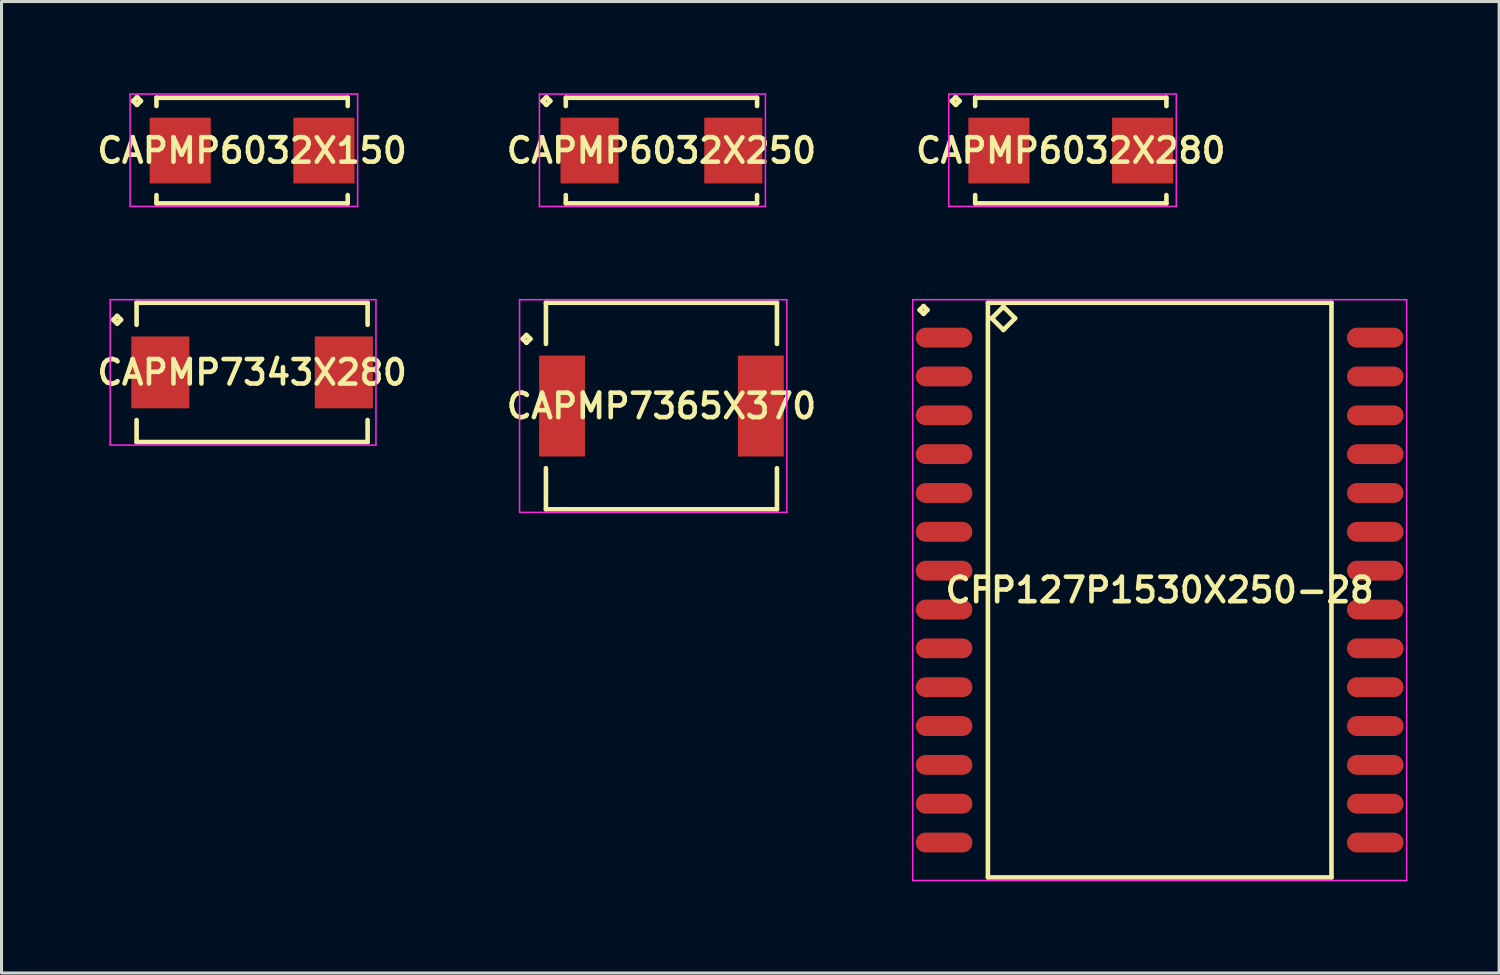
<source format=kicad_pcb>
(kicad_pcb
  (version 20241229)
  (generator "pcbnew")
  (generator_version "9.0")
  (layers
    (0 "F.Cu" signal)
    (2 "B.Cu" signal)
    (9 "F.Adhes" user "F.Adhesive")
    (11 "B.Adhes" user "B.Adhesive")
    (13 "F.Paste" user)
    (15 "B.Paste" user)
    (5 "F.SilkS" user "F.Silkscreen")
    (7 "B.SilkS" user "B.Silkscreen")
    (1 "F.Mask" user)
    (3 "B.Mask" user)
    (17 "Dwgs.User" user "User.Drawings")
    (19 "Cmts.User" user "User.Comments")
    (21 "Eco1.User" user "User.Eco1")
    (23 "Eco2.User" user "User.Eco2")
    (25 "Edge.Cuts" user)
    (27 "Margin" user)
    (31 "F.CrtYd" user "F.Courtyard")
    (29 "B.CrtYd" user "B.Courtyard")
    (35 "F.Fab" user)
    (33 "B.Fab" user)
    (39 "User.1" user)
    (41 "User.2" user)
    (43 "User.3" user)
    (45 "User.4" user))
  (footprint "CAPMP7343X280"
    (layer "F.Cu")
    (at 5.193 9.127)
    (property "Reference" "CAPMP7343X280" (at 0 0 0) (layer "F.SilkS") (effects (font (size 0.8 0.8) (thickness 0.15))))
    (attr smd)
    (fp_line (start -4.539 -1.721) (end -4.412 -1.848) (stroke (width 0.15) (type solid)) (layer "F.SilkS"))
    (fp_line (start -4.412 -1.848) (end -4.285 -1.721) (stroke (width 0.15) (type solid)) (layer "F.SilkS"))
    (fp_line (start -4.412 -1.594) (end -4.539 -1.721) (stroke (width 0.15) (type solid)) (layer "F.SilkS"))
    (fp_line (start -4.285 -1.721) (end -4.412 -1.594) (stroke (width 0.15) (type solid)) (layer "F.SilkS"))
    (fp_line (start -3.777 -2.277) (end 3.777 -2.277) (stroke (width 0.15) (type solid)) (layer "F.SilkS"))
    (fp_line (start -3.777 -1.556) (end -3.777 -2.277) (stroke (width 0.15) (type solid)) (layer "F.SilkS"))
    (fp_line (start -3.777 1.556) (end -3.777 2.277) (stroke (width 0.15) (type solid)) (layer "F.SilkS"))
    (fp_line (start -3.777 2.277) (end 3.777 2.277) (stroke (width 0.15) (type solid)) (layer "F.SilkS"))
    (fp_line (start 3.777 -2.277) (end 3.777 -1.556) (stroke (width 0.15) (type solid)) (layer "F.SilkS"))
    (fp_line (start 3.777 2.277) (end 3.777 1.556) (stroke (width 0.15) (type solid)) (layer "F.SilkS"))
    (fp_line (start -4.639 -2.377) (end 4.05 -2.377) (stroke (width 0.05) (type solid)) (layer "F.CrtYd"))
    (fp_line (start -4.639 2.377) (end -4.639 -2.377) (stroke (width 0.05) (type solid)) (layer "F.CrtYd"))
    (fp_line (start 4.05 -2.377) (end 4.05 2.377) (stroke (width 0.05) (type solid)) (layer "F.CrtYd"))
    (fp_line (start 4.05 2.377) (end -4.639 2.377) (stroke (width 0.05) (type solid)) (layer "F.CrtYd"))
    (pad "1" smd rect (at -3 0) (size 1.9 2.35) (layers "F.Cu" "F.Mask" "F.Paste"))
    (pad "2" smd rect (at 3 0) (size 1.9 2.35) (layers "F.Cu" "F.Mask" "F.Paste")))
  (footprint "CAPMP6032X150"
    (layer "F.Cu")
    (at 5.193 1.873)
    (property "Reference" "CAPMP6032X150" (at 0 0 0) (layer "F.SilkS") (effects (font (size 0.8 0.8) (thickness 0.15))))
    (attr smd)
    (fp_line (start -3.889 -1.621) (end -3.762 -1.748) (stroke (width 0.15) (type solid)) (layer "F.SilkS"))
    (fp_line (start -3.762 -1.748) (end -3.635 -1.621) (stroke (width 0.15) (type solid)) (layer "F.SilkS"))
    (fp_line (start -3.762 -1.494) (end -3.889 -1.621) (stroke (width 0.15) (type solid)) (layer "F.SilkS"))
    (fp_line (start -3.635 -1.621) (end -3.762 -1.494) (stroke (width 0.15) (type solid)) (layer "F.SilkS"))
    (fp_line (start -3.127 -1.727) (end 3.127 -1.727) (stroke (width 0.15) (type solid)) (layer "F.SilkS"))
    (fp_line (start -3.127 -1.456) (end -3.127 -1.727) (stroke (width 0.15) (type solid)) (layer "F.SilkS"))
    (fp_line (start -3.127 1.456) (end -3.127 1.727) (stroke (width 0.15) (type solid)) (layer "F.SilkS"))
    (fp_line (start -3.127 1.727) (end 3.127 1.727) (stroke (width 0.15) (type solid)) (layer "F.SilkS"))
    (fp_line (start 3.127 -1.727) (end 3.127 -1.456) (stroke (width 0.15) (type solid)) (layer "F.SilkS"))
    (fp_line (start 3.127 1.727) (end 3.127 1.456) (stroke (width 0.15) (type solid)) (layer "F.SilkS"))
    (fp_line (start -3.989 -1.848) (end 3.45 -1.848) (stroke (width 0.05) (type solid)) (layer "F.CrtYd"))
    (fp_line (start -3.989 1.827) (end -3.989 -1.848) (stroke (width 0.05) (type solid)) (layer "F.CrtYd"))
    (fp_line (start 3.45 -1.848) (end 3.45 1.827) (stroke (width 0.05) (type solid)) (layer "F.CrtYd"))
    (fp_line (start 3.45 1.827) (end -3.989 1.827) (stroke (width 0.05) (type solid)) (layer "F.CrtYd"))
    (pad "1" smd rect (at -2.35 0) (size 2 2.15) (layers "F.Cu" "F.Mask" "F.Paste"))
    (pad "2" smd rect (at 2.35 0) (size 2 2.15) (layers "F.Cu" "F.Mask" "F.Paste")))
  (footprint "CAPMP6032X250"
    (layer "F.Cu")
    (at 18.578 1.873)
    (property "Reference" "CAPMP6032X250" (at 0 0 0) (layer "F.SilkS") (effects (font (size 0.8 0.8) (thickness 0.15))))
    (attr smd)
    (fp_line (start -3.889 -1.621) (end -3.762 -1.748) (stroke (width 0.15) (type solid)) (layer "F.SilkS"))
    (fp_line (start -3.762 -1.748) (end -3.635 -1.621) (stroke (width 0.15) (type solid)) (layer "F.SilkS"))
    (fp_line (start -3.762 -1.494) (end -3.889 -1.621) (stroke (width 0.15) (type solid)) (layer "F.SilkS"))
    (fp_line (start -3.635 -1.621) (end -3.762 -1.494) (stroke (width 0.15) (type solid)) (layer "F.SilkS"))
    (fp_line (start -3.127 -1.727) (end 3.127 -1.727) (stroke (width 0.15) (type solid)) (layer "F.SilkS"))
    (fp_line (start -3.127 -1.456) (end -3.127 -1.727) (stroke (width 0.15) (type solid)) (layer "F.SilkS"))
    (fp_line (start -3.127 1.456) (end -3.127 1.727) (stroke (width 0.15) (type solid)) (layer "F.SilkS"))
    (fp_line (start -3.127 1.727) (end 3.127 1.727) (stroke (width 0.15) (type solid)) (layer "F.SilkS"))
    (fp_line (start 3.127 -1.727) (end 3.127 -1.456) (stroke (width 0.15) (type solid)) (layer "F.SilkS"))
    (fp_line (start 3.127 1.727) (end 3.127 1.456) (stroke (width 0.15) (type solid)) (layer "F.SilkS"))
    (fp_line (start -3.989 -1.848) (end 3.4 -1.848) (stroke (width 0.05) (type solid)) (layer "F.CrtYd"))
    (fp_line (start -3.989 1.827) (end -3.989 -1.848) (stroke (width 0.05) (type solid)) (layer "F.CrtYd"))
    (fp_line (start 3.4 -1.848) (end 3.4 1.827) (stroke (width 0.05) (type solid)) (layer "F.CrtYd"))
    (fp_line (start 3.4 1.827) (end -3.989 1.827) (stroke (width 0.05) (type solid)) (layer "F.CrtYd"))
    (pad "1" smd rect (at -2.35 0) (size 1.9 2.15) (layers "F.Cu" "F.Mask" "F.Paste"))
    (pad "2" smd rect (at 2.35 0) (size 1.9 2.15) (layers "F.Cu" "F.Mask" "F.Paste")))
  (footprint "CAPMP6032X280"
    (layer "F.Cu")
    (at 31.963 1.873)
    (property "Reference" "CAPMP6032X280" (at 0 0 0) (layer "F.SilkS") (effects (font (size 0.8 0.8) (thickness 0.15))))
    (attr smd)
    (fp_line (start -3.889 -1.621) (end -3.762 -1.748) (stroke (width 0.15) (type solid)) (layer "F.SilkS"))
    (fp_line (start -3.762 -1.748) (end -3.635 -1.621) (stroke (width 0.15) (type solid)) (layer "F.SilkS"))
    (fp_line (start -3.762 -1.494) (end -3.889 -1.621) (stroke (width 0.15) (type solid)) (layer "F.SilkS"))
    (fp_line (start -3.635 -1.621) (end -3.762 -1.494) (stroke (width 0.15) (type solid)) (layer "F.SilkS"))
    (fp_line (start -3.127 -1.727) (end 3.127 -1.727) (stroke (width 0.15) (type solid)) (layer "F.SilkS"))
    (fp_line (start -3.127 -1.456) (end -3.127 -1.727) (stroke (width 0.15) (type solid)) (layer "F.SilkS"))
    (fp_line (start -3.127 1.456) (end -3.127 1.727) (stroke (width 0.15) (type solid)) (layer "F.SilkS"))
    (fp_line (start -3.127 1.727) (end 3.127 1.727) (stroke (width 0.15) (type solid)) (layer "F.SilkS"))
    (fp_line (start 3.127 -1.727) (end 3.127 -1.456) (stroke (width 0.15) (type solid)) (layer "F.SilkS"))
    (fp_line (start 3.127 1.727) (end 3.127 1.456) (stroke (width 0.15) (type solid)) (layer "F.SilkS"))
    (fp_line (start -3.989 -1.848) (end 3.45 -1.848) (stroke (width 0.05) (type solid)) (layer "F.CrtYd"))
    (fp_line (start -3.989 1.827) (end -3.989 -1.848) (stroke (width 0.05) (type solid)) (layer "F.CrtYd"))
    (fp_line (start 3.45 -1.848) (end 3.45 1.827) (stroke (width 0.05) (type solid)) (layer "F.CrtYd"))
    (fp_line (start 3.45 1.827) (end -3.989 1.827) (stroke (width 0.05) (type solid)) (layer "F.CrtYd"))
    (pad "1" smd rect (at -2.35 0) (size 2 2.15) (layers "F.Cu" "F.Mask" "F.Paste"))
    (pad "2" smd rect (at 2.35 0) (size 2 2.15) (layers "F.Cu" "F.Mask" "F.Paste")))
  (footprint "CFP127P1530X250-28"
    (layer "F.Cu")
    (at 34.87 16.245)
    (property "Reference" "CFP127P1530X250-28" (at 0 0 0) (layer "F.SilkS") (effects (font (size 0.8 0.8) (thickness 0.15))))
    (attr smd)
    (fp_line (start -7.848 -9.159) (end -7.721 -9.286) (stroke (width 0.15) (type solid)) (layer "F.SilkS"))
    (fp_line (start -7.721 -9.286) (end -7.594 -9.159) (stroke (width 0.15) (type solid)) (layer "F.SilkS"))
    (fp_line (start -7.721 -9.032) (end -7.848 -9.159) (stroke (width 0.15) (type solid)) (layer "F.SilkS"))
    (fp_line (start -7.594 -9.159) (end -7.721 -9.032) (stroke (width 0.15) (type solid)) (layer "F.SilkS"))
    (fp_line (start -5.617 -9.395) (end -5.617 9.395) (stroke (width 0.15) (type solid)) (layer "F.SilkS"))
    (fp_line (start -5.617 9.395) (end 5.617 9.395) (stroke (width 0.15) (type solid)) (layer "F.SilkS"))
    (fp_line (start -5.49 -8.887) (end -5.109 -9.268) (stroke (width 0.15) (type solid)) (layer "F.SilkS"))
    (fp_line (start -5.109 -9.268) (end -4.728 -8.887) (stroke (width 0.15) (type solid)) (layer "F.SilkS"))
    (fp_line (start -5.109 -8.506) (end -5.49 -8.887) (stroke (width 0.15) (type solid)) (layer "F.SilkS"))
    (fp_line (start -4.728 -8.887) (end -5.109 -8.506) (stroke (width 0.15) (type solid)) (layer "F.SilkS"))
    (fp_line (start 5.617 -9.395) (end -5.617 -9.395) (stroke (width 0.15) (type solid)) (layer "F.SilkS"))
    (fp_line (start 5.617 9.395) (end 5.617 -9.395) (stroke (width 0.15) (type solid)) (layer "F.SilkS"))
    (fp_line (start -8.075 -9.495) (end 8.075 -9.495) (stroke (width 0.05) (type solid)) (layer "F.CrtYd"))
    (fp_line (start -8.075 9.495) (end -8.075 -9.495) (stroke (width 0.05) (type solid)) (layer "F.CrtYd"))
    (fp_line (start 8.075 -9.495) (end 8.075 9.495) (stroke (width 0.05) (type solid)) (layer "F.CrtYd"))
    (fp_line (start 8.075 9.495) (end -8.075 9.495) (stroke (width 0.05) (type solid)) (layer "F.CrtYd"))
    (pad "1" smd oval (at -7.05 -8.255) (size 1.85 0.65) (layers "F.Cu" "F.Mask" "F.Paste"))
    (pad "2" smd oval (at -7.05 -6.985) (size 1.85 0.65) (layers "F.Cu" "F.Mask" "F.Paste"))
    (pad "3" smd oval (at -7.05 -5.715) (size 1.85 0.65) (layers "F.Cu" "F.Mask" "F.Paste"))
    (pad "4" smd oval (at -7.05 -4.445) (size 1.85 0.65) (layers "F.Cu" "F.Mask" "F.Paste"))
    (pad "5" smd oval (at -7.05 -3.175) (size 1.85 0.65) (layers "F.Cu" "F.Mask" "F.Paste"))
    (pad "6" smd oval (at -7.05 -1.905) (size 1.85 0.65) (layers "F.Cu" "F.Mask" "F.Paste"))
    (pad "7" smd oval (at -7.05 -0.635) (size 1.85 0.65) (layers "F.Cu" "F.Mask" "F.Paste"))
    (pad "8" smd oval (at -7.05 0.635) (size 1.85 0.65) (layers "F.Cu" "F.Mask" "F.Paste"))
    (pad "9" smd oval (at -7.05 1.905) (size 1.85 0.65) (layers "F.Cu" "F.Mask" "F.Paste"))
    (pad "10" smd oval (at -7.05 3.175) (size 1.85 0.65) (layers "F.Cu" "F.Mask" "F.Paste"))
    (pad "11" smd oval (at -7.05 4.445) (size 1.85 0.65) (layers "F.Cu" "F.Mask" "F.Paste"))
    (pad "12" smd oval (at -7.05 5.715) (size 1.85 0.65) (layers "F.Cu" "F.Mask" "F.Paste"))
    (pad "13" smd oval (at -7.05 6.985) (size 1.85 0.65) (layers "F.Cu" "F.Mask" "F.Paste"))
    (pad "14" smd oval (at -7.05 8.255) (size 1.85 0.65) (layers "F.Cu" "F.Mask" "F.Paste"))
    (pad "15" smd oval (at 7.05 8.255) (size 1.85 0.65) (layers "F.Cu" "F.Mask" "F.Paste"))
    (pad "16" smd oval (at 7.05 6.985) (size 1.85 0.65) (layers "F.Cu" "F.Mask" "F.Paste"))
    (pad "17" smd oval (at 7.05 5.715) (size 1.85 0.65) (layers "F.Cu" "F.Mask" "F.Paste"))
    (pad "18" smd oval (at 7.05 4.445) (size 1.85 0.65) (layers "F.Cu" "F.Mask" "F.Paste"))
    (pad "19" smd oval (at 7.05 3.175) (size 1.85 0.65) (layers "F.Cu" "F.Mask" "F.Paste"))
    (pad "20" smd oval (at 7.05 1.905) (size 1.85 0.65) (layers "F.Cu" "F.Mask" "F.Paste"))
    (pad "21" smd oval (at 7.05 0.635) (size 1.85 0.65) (layers "F.Cu" "F.Mask" "F.Paste"))
    (pad "22" smd oval (at 7.05 -0.635) (size 1.85 0.65) (layers "F.Cu" "F.Mask" "F.Paste"))
    (pad "23" smd oval (at 7.05 -1.905) (size 1.85 0.65) (layers "F.Cu" "F.Mask" "F.Paste"))
    (pad "24" smd oval (at 7.05 -3.175) (size 1.85 0.65) (layers "F.Cu" "F.Mask" "F.Paste"))
    (pad "25" smd oval (at 7.05 -4.445) (size 1.85 0.65) (layers "F.Cu" "F.Mask" "F.Paste"))
    (pad "26" smd oval (at 7.05 -5.715) (size 1.85 0.65) (layers "F.Cu" "F.Mask" "F.Paste"))
    (pad "27" smd oval (at 7.05 -6.985) (size 1.85 0.65) (layers "F.Cu" "F.Mask" "F.Paste"))
    (pad "28" smd oval (at 7.05 -8.255) (size 1.85 0.65) (layers "F.Cu" "F.Mask" "F.Paste")))
  (footprint "CAPMP7365X370"
    (layer "F.Cu")
    (at 18.578 10.227)
    (property "Reference" "CAPMP7365X370" (at 0 0 0) (layer "F.SilkS") (effects (font (size 0.8 0.8) (thickness 0.15))))
    (attr smd)
    (fp_line (start -4.539 -2.196) (end -4.412 -2.323) (stroke (width 0.15) (type solid)) (layer "F.SilkS"))
    (fp_line (start -4.412 -2.323) (end -4.285 -2.196) (stroke (width 0.15) (type solid)) (layer "F.SilkS"))
    (fp_line (start -4.412 -2.069) (end -4.539 -2.196) (stroke (width 0.15) (type solid)) (layer "F.SilkS"))
    (fp_line (start -4.285 -2.196) (end -4.412 -2.069) (stroke (width 0.15) (type solid)) (layer "F.SilkS"))
    (fp_line (start -3.777 -3.377) (end 3.777 -3.377) (stroke (width 0.15) (type solid)) (layer "F.SilkS"))
    (fp_line (start -3.777 -2.031) (end -3.777 -3.377) (stroke (width 0.15) (type solid)) (layer "F.SilkS"))
    (fp_line (start -3.777 2.031) (end -3.777 3.377) (stroke (width 0.15) (type solid)) (layer "F.SilkS"))
    (fp_line (start -3.777 3.377) (end 3.777 3.377) (stroke (width 0.15) (type solid)) (layer "F.SilkS"))
    (fp_line (start 3.777 -3.377) (end 3.777 -2.031) (stroke (width 0.15) (type solid)) (layer "F.SilkS"))
    (fp_line (start 3.777 3.377) (end 3.777 2.031) (stroke (width 0.15) (type solid)) (layer "F.SilkS"))
    (fp_line (start -4.639 -3.477) (end 4.1 -3.477) (stroke (width 0.05) (type solid)) (layer "F.CrtYd"))
    (fp_line (start -4.639 3.477) (end -4.639 -3.477) (stroke (width 0.05) (type solid)) (layer "F.CrtYd"))
    (fp_line (start 4.1 -3.477) (end 4.1 3.477) (stroke (width 0.05) (type solid)) (layer "F.CrtYd"))
    (fp_line (start 4.1 3.477) (end -4.639 3.477) (stroke (width 0.05) (type solid)) (layer "F.CrtYd"))
    (pad "1" smd rect (at -3.25 0) (size 1.5 3.3) (layers "F.Cu" "F.Mask" "F.Paste"))
    (pad "2" smd rect (at 3.25 0) (size 1.5 3.3) (layers "F.Cu" "F.Mask" "F.Paste")))
  (gr_rect
    (start -3 -3)
    (end 45.97 28.765)
    (stroke (width 0.1) (type default))
    (fill no)
    (layer "Edge.Cuts")))
</source>
